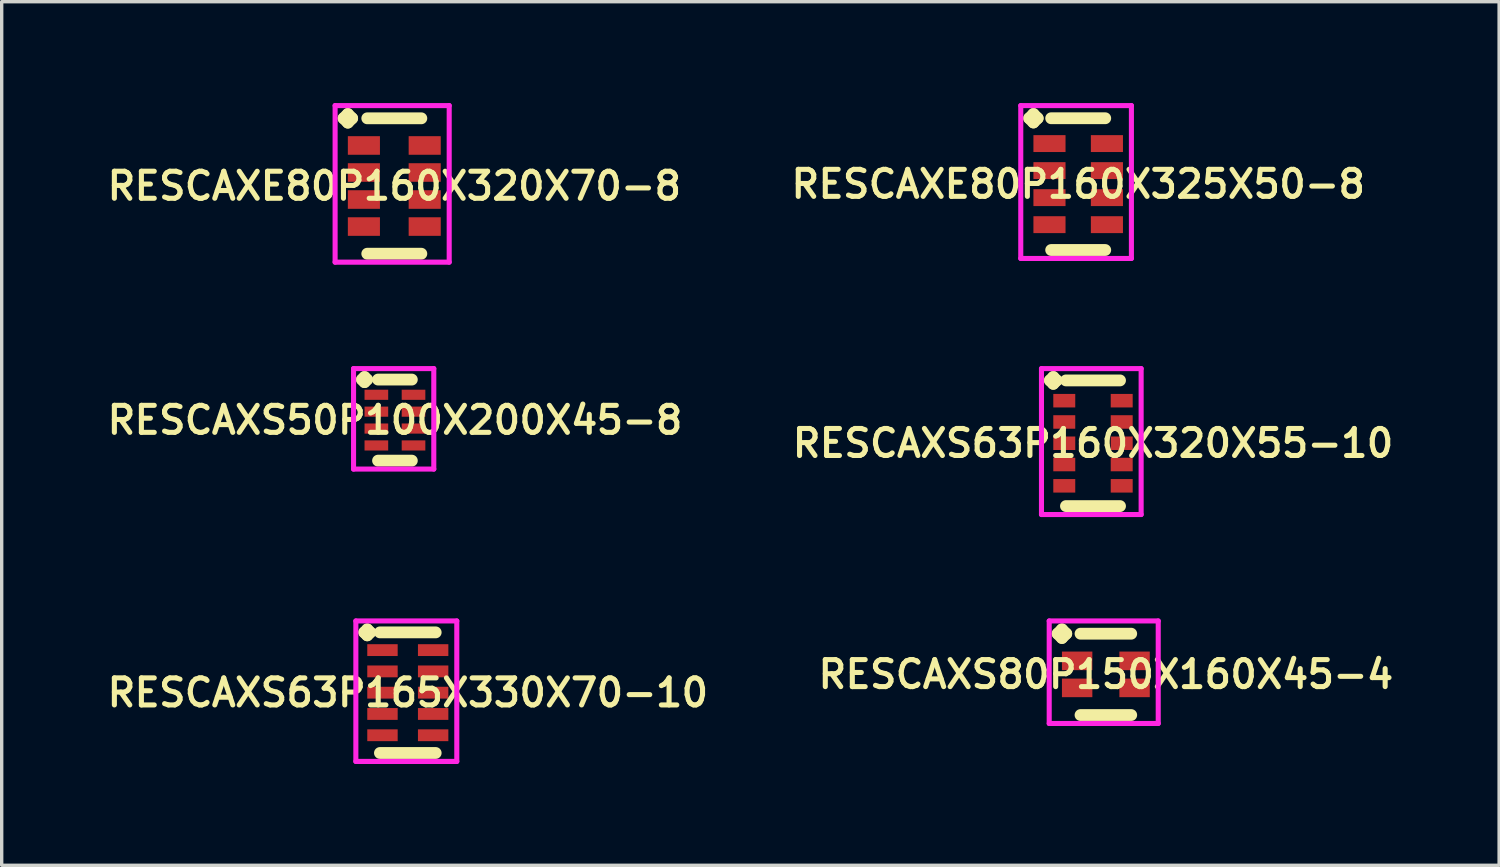
<source format=kicad_pcb>
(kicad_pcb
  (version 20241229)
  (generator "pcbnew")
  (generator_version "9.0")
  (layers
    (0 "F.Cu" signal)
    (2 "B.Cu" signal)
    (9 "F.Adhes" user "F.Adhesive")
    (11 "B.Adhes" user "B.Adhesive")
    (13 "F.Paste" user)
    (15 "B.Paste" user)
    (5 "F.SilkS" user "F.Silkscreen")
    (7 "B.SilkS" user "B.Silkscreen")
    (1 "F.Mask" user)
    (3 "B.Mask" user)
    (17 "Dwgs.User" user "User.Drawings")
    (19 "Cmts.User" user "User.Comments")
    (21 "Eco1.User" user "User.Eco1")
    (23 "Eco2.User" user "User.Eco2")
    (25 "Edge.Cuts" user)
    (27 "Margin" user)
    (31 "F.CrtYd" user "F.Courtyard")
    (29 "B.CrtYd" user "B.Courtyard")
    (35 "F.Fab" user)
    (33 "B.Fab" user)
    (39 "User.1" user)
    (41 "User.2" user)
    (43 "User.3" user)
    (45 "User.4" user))
  (footprint "RESCAXE80P160X320X70-8"
    (layer "F.Cu")
    (at 8.621 2.456)
    (property "Reference" "RESCAXE80P160X320X70-8" (at 0 0 0) (layer "F.SilkS") (effects (font (size 0.8 0.8) (thickness 0.15))))
    (attr smd)
    (fp_line (start -1.502 -2.004) (end -1.375 -2.131) (stroke (width 0.35) (type solid)) (layer "F.SilkS"))
    (fp_line (start -1.375 -2.131) (end -1.248 -2.004) (stroke (width 0.35) (type solid)) (layer "F.SilkS"))
    (fp_line (start -1.375 -1.877) (end -1.502 -2.004) (stroke (width 0.35) (type solid)) (layer "F.SilkS"))
    (fp_line (start -1.248 -2.004) (end -1.375 -1.877) (stroke (width 0.35) (type solid)) (layer "F.SilkS"))
    (fp_line (start -0.8 -2.004) (end 0.8 -2.004) (stroke (width 0.35) (type solid)) (layer "F.SilkS"))
    (fp_line (start -0.8 2.004) (end 0.8 2.004) (stroke (width 0.35) (type solid)) (layer "F.SilkS"))
    (fp_line (start -1.752 -2.381) (end 1.625 -2.381) (stroke (width 0.15) (type solid)) (layer "F.CrtYd"))
    (fp_line (start -1.752 2.254) (end -1.752 -2.381) (stroke (width 0.15) (type solid)) (layer "F.CrtYd"))
    (fp_line (start 1.625 -2.381) (end 1.625 2.254) (stroke (width 0.15) (type solid)) (layer "F.CrtYd"))
    (fp_line (start 1.625 2.254) (end -1.752 2.254) (stroke (width 0.15) (type solid)) (layer "F.CrtYd"))
    (pad "1" smd rect (at -0.9 -1.2) (size 0.95 0.55) (layers "F.Cu" "F.Mask" "F.Paste"))
    (pad "2" smd rect (at -0.9 -0.4) (size 0.95 0.55) (layers "F.Cu" "F.Mask" "F.Paste"))
    (pad "3" smd rect (at -0.9 0.4) (size 0.95 0.55) (layers "F.Cu" "F.Mask" "F.Paste"))
    (pad "4" smd rect (at -0.9 1.2) (size 0.95 0.55) (layers "F.Cu" "F.Mask" "F.Paste"))
    (pad "5" smd rect (at 0.9 1.2) (size 0.95 0.55) (layers "F.Cu" "F.Mask" "F.Paste"))
    (pad "6" smd rect (at 0.9 0.4) (size 0.95 0.55) (layers "F.Cu" "F.Mask" "F.Paste"))
    (pad "7" smd rect (at 0.9 -0.4) (size 0.95 0.55) (layers "F.Cu" "F.Mask" "F.Paste"))
    (pad "8" smd rect (at 0.9 -1.2) (size 0.95 0.55) (layers "F.Cu" "F.Mask" "F.Paste")))
  (footprint "RESCAXS50P100X200X45-8"
    (layer "F.Cu")
    (at 8.64 9.385)
    (property "Reference" "RESCAXS50P100X200X45-8" (at 0 0 0) (layer "F.SilkS") (effects (font (size 0.8 0.8) (thickness 0.15))))
    (attr through_hole)
    (fp_line (start -0.975 -1.2) (end -0.9 -1.275) (stroke (width 0.35) (type solid)) (layer "F.SilkS"))
    (fp_line (start -0.9 -1.275) (end -0.825 -1.2) (stroke (width 0.35) (type solid)) (layer "F.SilkS"))
    (fp_line (start -0.9 -1.125) (end -0.975 -1.2) (stroke (width 0.35) (type solid)) (layer "F.SilkS"))
    (fp_line (start -0.825 -1.2) (end -0.9 -1.125) (stroke (width 0.35) (type solid)) (layer "F.SilkS"))
    (fp_line (start -0.5 -1.2) (end 0.5 -1.2) (stroke (width 0.35) (type solid)) (layer "F.SilkS"))
    (fp_line (start -0.5 1.2) (end 0.5 1.2) (stroke (width 0.35) (type solid)) (layer "F.SilkS"))
    (fp_line (start -1.225 -1.525) (end 1.15 -1.525) (stroke (width 0.15) (type solid)) (layer "F.CrtYd"))
    (fp_line (start -1.225 1.45) (end -1.225 -1.525) (stroke (width 0.15) (type solid)) (layer "F.CrtYd"))
    (fp_line (start 1.15 -1.525) (end 1.15 1.45) (stroke (width 0.15) (type solid)) (layer "F.CrtYd"))
    (fp_line (start 1.15 1.45) (end -1.225 1.45) (stroke (width 0.15) (type solid)) (layer "F.CrtYd"))
    (pad "1" smd rect (at -0.55 -0.75) (size 0.7 0.3) (layers "F.Cu" "F.Mask" "F.Paste"))
    (pad "2" smd rect (at -0.55 -0.25) (size 0.7 0.3) (layers "F.Cu" "F.Mask" "F.Paste"))
    (pad "3" smd rect (at -0.55 0.25) (size 0.7 0.3) (layers "F.Cu" "F.Mask" "F.Paste"))
    (pad "4" smd rect (at -0.55 0.75) (size 0.7 0.3) (layers "F.Cu" "F.Mask" "F.Paste"))
    (pad "5" smd rect (at 0.55 0.75) (size 0.7 0.3) (layers "F.Cu" "F.Mask" "F.Paste"))
    (pad "6" smd rect (at 0.55 0.25) (size 0.7 0.3) (layers "F.Cu" "F.Mask" "F.Paste"))
    (pad "7" smd rect (at 0.55 -0.25) (size 0.7 0.3) (layers "F.Cu" "F.Mask" "F.Paste"))
    (pad "8" smd rect (at 0.55 -0.75) (size 0.7 0.3) (layers "F.Cu" "F.Mask" "F.Paste")))
  (footprint "RESCAXS63P160X320X55-10"
    (layer "F.Cu")
    (at 29.302 10.07)
    (property "Reference" "RESCAXS63P160X320X55-10" (at 0 0 0) (layer "F.SilkS") (effects (font (size 0.8 0.8) (thickness 0.15))))
    (attr smd)
    (fp_line (start -1.275 -1.86) (end -1.175 -1.96) (stroke (width 0.35) (type solid)) (layer "F.SilkS"))
    (fp_line (start -1.175 -1.96) (end -1.075 -1.86) (stroke (width 0.35) (type solid)) (layer "F.SilkS"))
    (fp_line (start -1.175 -1.76) (end -1.275 -1.86) (stroke (width 0.35) (type solid)) (layer "F.SilkS"))
    (fp_line (start -1.075 -1.86) (end -1.175 -1.76) (stroke (width 0.35) (type solid)) (layer "F.SilkS"))
    (fp_line (start -0.8 -1.86) (end 0.8 -1.86) (stroke (width 0.35) (type solid)) (layer "F.SilkS"))
    (fp_line (start -0.8 1.86) (end 0.8 1.86) (stroke (width 0.35) (type solid)) (layer "F.SilkS"))
    (fp_line (start -1.525 -2.21) (end 1.425 -2.21) (stroke (width 0.15) (type solid)) (layer "F.CrtYd"))
    (fp_line (start -1.525 2.11) (end -1.525 -2.21) (stroke (width 0.15) (type solid)) (layer "F.CrtYd"))
    (fp_line (start 1.425 -2.21) (end 1.425 2.11) (stroke (width 0.15) (type solid)) (layer "F.CrtYd"))
    (fp_line (start 1.425 2.11) (end -1.525 2.11) (stroke (width 0.15) (type solid)) (layer "F.CrtYd"))
    (pad "1" smd rect (at -0.85 -1.26) (size 0.65 0.4) (layers "F.Cu" "F.Mask" "F.Paste"))
    (pad "2" smd rect (at -0.85 -0.63) (size 0.65 0.4) (layers "F.Cu" "F.Mask" "F.Paste"))
    (pad "3" smd rect (at -0.85 0) (size 0.65 0.4) (layers "F.Cu" "F.Mask" "F.Paste"))
    (pad "4" smd rect (at -0.85 0.63) (size 0.65 0.4) (layers "F.Cu" "F.Mask" "F.Paste"))
    (pad "5" smd rect (at -0.85 1.26) (size 0.65 0.4) (layers "F.Cu" "F.Mask" "F.Paste"))
    (pad "6" smd rect (at 0.85 1.26) (size 0.65 0.4) (layers "F.Cu" "F.Mask" "F.Paste"))
    (pad "7" smd rect (at 0.85 0.63) (size 0.65 0.4) (layers "F.Cu" "F.Mask" "F.Paste"))
    (pad "8" smd rect (at 0.85 0) (size 0.65 0.4) (layers "F.Cu" "F.Mask" "F.Paste"))
    (pad "9" smd rect (at 0.85 -0.63) (size 0.65 0.4) (layers "F.Cu" "F.Mask" "F.Paste"))
    (pad "10" smd rect (at 0.85 -1.26) (size 0.65 0.4) (layers "F.Cu" "F.Mask" "F.Paste")))
  (footprint "RESCAXS63P165X330X70-10"
    (layer "F.Cu")
    (at 9.021 17.453)
    (property "Reference" "RESCAXS63P165X330X70-10" (at 0 0 0) (layer "F.SilkS") (effects (font (size 0.8 0.8) (thickness 0.15))))
    (attr through_hole)
    (fp_line (start -1.288 -1.785) (end -1.2 -1.873) (stroke (width 0.35) (type solid)) (layer "F.SilkS"))
    (fp_line (start -1.2 -1.873) (end -1.113 -1.785) (stroke (width 0.35) (type solid)) (layer "F.SilkS"))
    (fp_line (start -1.2 -1.698) (end -1.288 -1.785) (stroke (width 0.35) (type solid)) (layer "F.SilkS"))
    (fp_line (start -1.113 -1.785) (end -1.2 -1.698) (stroke (width 0.35) (type solid)) (layer "F.SilkS"))
    (fp_line (start -0.825 -1.785) (end 0.825 -1.785) (stroke (width 0.35) (type solid)) (layer "F.SilkS"))
    (fp_line (start -0.825 1.785) (end 0.825 1.785) (stroke (width 0.35) (type solid)) (layer "F.SilkS"))
    (fp_line (start -1.538 -2.123) (end 1.45 -2.123) (stroke (width 0.15) (type solid)) (layer "F.CrtYd"))
    (fp_line (start -1.538 2.035) (end -1.538 -2.123) (stroke (width 0.15) (type solid)) (layer "F.CrtYd"))
    (fp_line (start 1.45 -2.123) (end 1.45 2.035) (stroke (width 0.15) (type solid)) (layer "F.CrtYd"))
    (fp_line (start 1.45 2.035) (end -1.538 2.035) (stroke (width 0.15) (type solid)) (layer "F.CrtYd"))
    (pad "1" smd rect (at -0.75 -1.26) (size 0.9 0.35) (layers "F.Cu" "F.Mask" "F.Paste"))
    (pad "2" smd rect (at -0.75 -0.63) (size 0.9 0.35) (layers "F.Cu" "F.Mask" "F.Paste"))
    (pad "3" smd rect (at -0.75 0) (size 0.9 0.35) (layers "F.Cu" "F.Mask" "F.Paste"))
    (pad "4" smd rect (at -0.75 0.63) (size 0.9 0.35) (layers "F.Cu" "F.Mask" "F.Paste"))
    (pad "5" smd rect (at -0.75 1.26) (size 0.9 0.35) (layers "F.Cu" "F.Mask" "F.Paste"))
    (pad "6" smd rect (at 0.75 1.26) (size 0.9 0.35) (layers "F.Cu" "F.Mask" "F.Paste"))
    (pad "7" smd rect (at 0.75 0.63) (size 0.9 0.35) (layers "F.Cu" "F.Mask" "F.Paste"))
    (pad "8" smd rect (at 0.75 0) (size 0.9 0.35) (layers "F.Cu" "F.Mask" "F.Paste"))
    (pad "9" smd rect (at 0.75 -0.63) (size 0.9 0.35) (layers "F.Cu" "F.Mask" "F.Paste"))
    (pad "10" smd rect (at 0.75 -1.26) (size 0.9 0.35) (layers "F.Cu" "F.Mask" "F.Paste")))
  (footprint "RESCAXE80P160X325X50-8"
    (layer "F.Cu")
    (at 28.864 2.4)
    (property "Reference" "RESCAXE80P160X325X50-8" (at 0 0 0) (layer "F.SilkS") (effects (font (size 0.8 0.8) (thickness 0.15))))
    (attr through_hole)
    (fp_line (start -1.45 -1.95) (end -1.325 -2.075) (stroke (width 0.35) (type solid)) (layer "F.SilkS"))
    (fp_line (start -1.325 -2.075) (end -1.2 -1.95) (stroke (width 0.35) (type solid)) (layer "F.SilkS"))
    (fp_line (start -1.325 -1.825) (end -1.45 -1.95) (stroke (width 0.35) (type solid)) (layer "F.SilkS"))
    (fp_line (start -1.2 -1.95) (end -1.325 -1.825) (stroke (width 0.35) (type solid)) (layer "F.SilkS"))
    (fp_line (start -0.8 -1.95) (end 0.8 -1.95) (stroke (width 0.35) (type solid)) (layer "F.SilkS"))
    (fp_line (start -0.8 1.95) (end 0.8 1.95) (stroke (width 0.35) (type solid)) (layer "F.SilkS"))
    (fp_line (start -1.7 -2.325) (end 1.575 -2.325) (stroke (width 0.15) (type solid)) (layer "F.CrtYd"))
    (fp_line (start -1.7 2.2) (end -1.7 -2.325) (stroke (width 0.15) (type solid)) (layer "F.CrtYd"))
    (fp_line (start 1.575 -2.325) (end 1.575 2.2) (stroke (width 0.15) (type solid)) (layer "F.CrtYd"))
    (fp_line (start 1.575 2.2) (end -1.7 2.2) (stroke (width 0.15) (type solid)) (layer "F.CrtYd"))
    (pad "1" smd rect (at -0.85 -1.2) (size 0.95 0.5) (layers "F.Cu" "F.Mask" "F.Paste"))
    (pad "2" smd rect (at -0.85 -0.4) (size 0.95 0.5) (layers "F.Cu" "F.Mask" "F.Paste"))
    (pad "3" smd rect (at -0.85 0.4) (size 0.95 0.5) (layers "F.Cu" "F.Mask" "F.Paste"))
    (pad "4" smd rect (at -0.85 1.2) (size 0.95 0.5) (layers "F.Cu" "F.Mask" "F.Paste"))
    (pad "5" smd rect (at 0.85 1.2) (size 0.95 0.5) (layers "F.Cu" "F.Mask" "F.Paste"))
    (pad "6" smd rect (at 0.85 0.4) (size 0.95 0.5) (layers "F.Cu" "F.Mask" "F.Paste"))
    (pad "7" smd rect (at 0.85 -0.4) (size 0.95 0.5) (layers "F.Cu" "F.Mask" "F.Paste"))
    (pad "8" smd rect (at 0.85 -1.2) (size 0.95 0.5) (layers "F.Cu" "F.Mask" "F.Paste")))
  (footprint "RESCAXS80P150X160X45-4"
    (layer "F.Cu")
    (at 29.683 16.911)
    (property "Reference" "RESCAXS80P150X160X45-4" (at 0 0 0) (layer "F.SilkS") (effects (font (size 0.8 0.8) (thickness 0.15))))
    (attr through_hole)
    (fp_line (start -1.427 -1.204) (end -1.3 -1.331) (stroke (width 0.35) (type solid)) (layer "F.SilkS"))
    (fp_line (start -1.3 -1.331) (end -1.173 -1.204) (stroke (width 0.35) (type solid)) (layer "F.SilkS"))
    (fp_line (start -1.3 -1.077) (end -1.427 -1.204) (stroke (width 0.35) (type solid)) (layer "F.SilkS"))
    (fp_line (start -1.173 -1.204) (end -1.3 -1.077) (stroke (width 0.35) (type solid)) (layer "F.SilkS"))
    (fp_line (start -0.75 -1.204) (end 0.75 -1.204) (stroke (width 0.35) (type solid)) (layer "F.SilkS"))
    (fp_line (start -0.75 1.204) (end 0.75 1.204) (stroke (width 0.35) (type solid)) (layer "F.SilkS"))
    (fp_line (start -1.677 -1.581) (end 1.55 -1.581) (stroke (width 0.15) (type solid)) (layer "F.CrtYd"))
    (fp_line (start -1.677 1.454) (end -1.677 -1.581) (stroke (width 0.15) (type solid)) (layer "F.CrtYd"))
    (fp_line (start 1.55 -1.581) (end 1.55 1.454) (stroke (width 0.15) (type solid)) (layer "F.CrtYd"))
    (fp_line (start 1.55 1.454) (end -1.677 1.454) (stroke (width 0.15) (type solid)) (layer "F.CrtYd"))
    (pad "1" smd rect (at -0.85 -0.4) (size 0.9 0.55) (layers "F.Cu" "F.Mask" "F.Paste"))
    (pad "2" smd rect (at -0.85 0.4) (size 0.9 0.55) (layers "F.Cu" "F.Mask" "F.Paste"))
    (pad "3" smd rect (at 0.85 0.4) (size 0.9 0.55) (layers "F.Cu" "F.Mask" "F.Paste"))
    (pad "4" smd rect (at 0.85 -0.4) (size 0.9 0.55) (layers "F.Cu" "F.Mask" "F.Paste")))
  (gr_rect
    (start -3 -3)
    (end 41.323 22.562)
    (stroke (width 0.1) (type default))
    (fill no)
    (layer "Edge.Cuts")))
</source>
